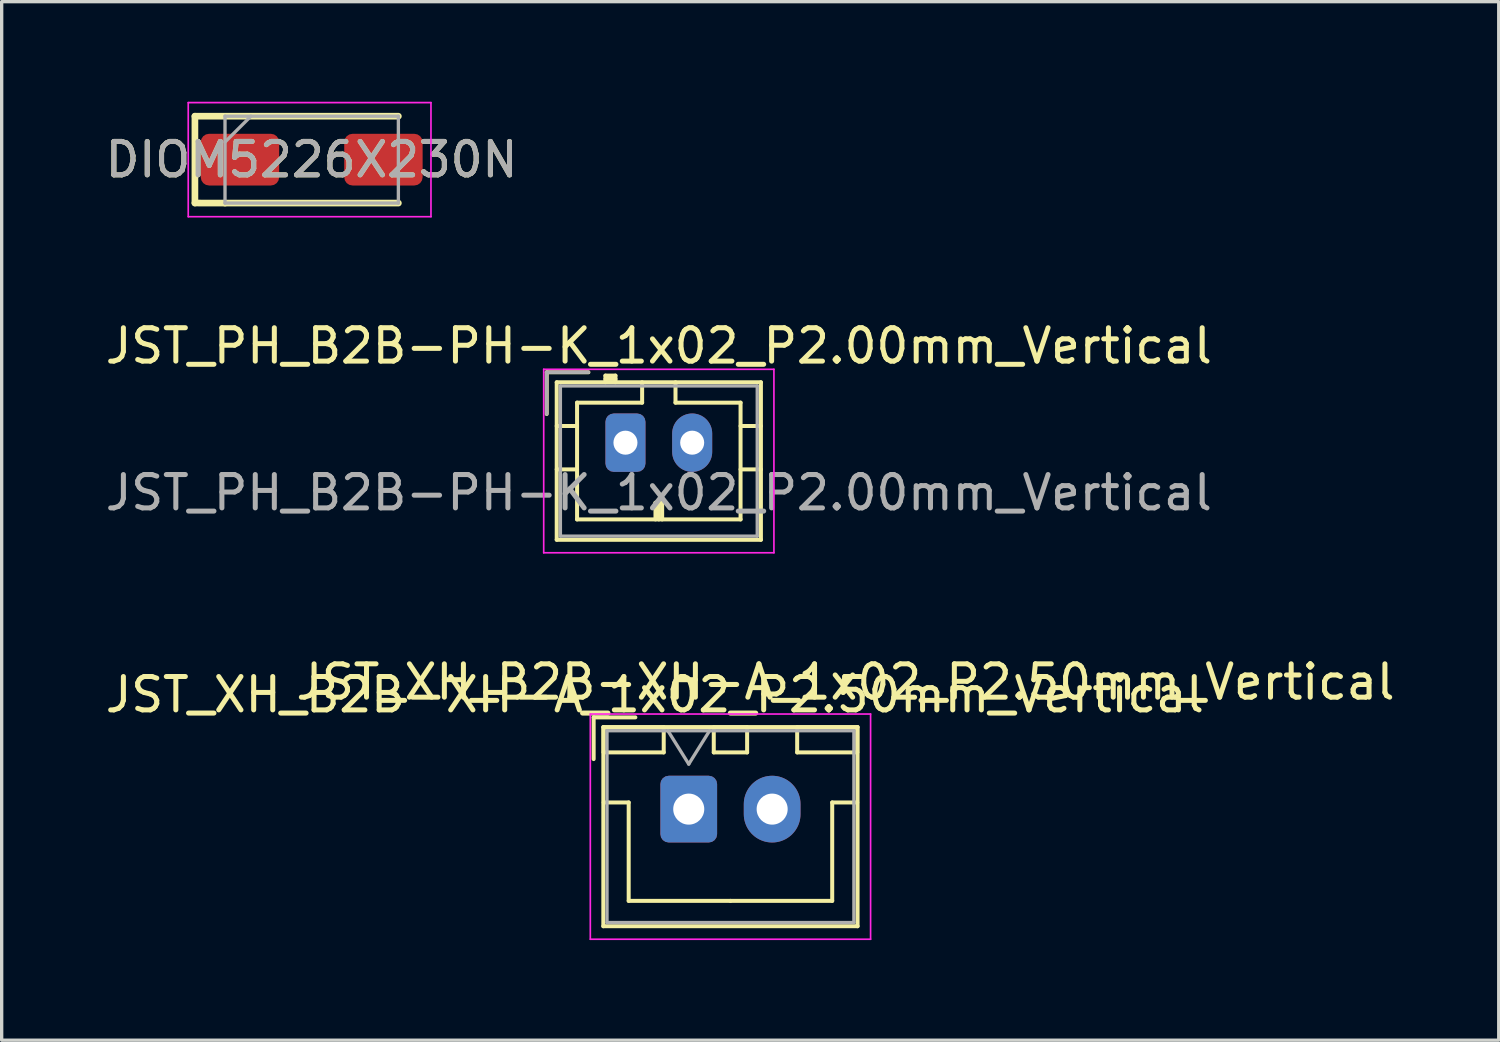
<source format=kicad_pcb>
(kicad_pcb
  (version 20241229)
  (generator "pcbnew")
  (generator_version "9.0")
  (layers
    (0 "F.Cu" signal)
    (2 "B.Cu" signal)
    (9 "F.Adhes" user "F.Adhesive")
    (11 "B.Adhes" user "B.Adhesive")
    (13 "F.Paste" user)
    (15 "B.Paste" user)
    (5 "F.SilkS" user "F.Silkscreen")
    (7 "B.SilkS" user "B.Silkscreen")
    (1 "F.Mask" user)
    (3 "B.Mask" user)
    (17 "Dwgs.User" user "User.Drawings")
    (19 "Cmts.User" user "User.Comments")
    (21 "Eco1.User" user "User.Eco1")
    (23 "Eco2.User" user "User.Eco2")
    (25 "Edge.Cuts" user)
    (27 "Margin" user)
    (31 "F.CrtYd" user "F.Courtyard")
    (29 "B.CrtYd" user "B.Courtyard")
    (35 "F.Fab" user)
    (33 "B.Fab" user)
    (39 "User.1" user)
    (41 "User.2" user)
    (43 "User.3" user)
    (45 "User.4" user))
  (footprint "DIOM5226X230N"
    (layer "F.Cu")
    (at 6.292 1.735)
    (property "Reference" "DIOM5226X230N" (at 0 0 0) (layer "F.SilkS") (effects (font (size 1 1) (thickness 0.15))))
    (attr smd)
    (fp_line (start -3.5 -1.302) (end -3.5 1.3) (stroke (width 0.2) (type default)) (layer "F.SilkS"))
    (fp_line (start -3.5 1.3) (end -2.598 1.302) (stroke (width 0.2) (type default)) (layer "F.SilkS"))
    (fp_line (start -2.598 1.302) (end 2.598 1.302) (stroke (width 0.2) (type solid)) (layer "F.SilkS"))
    (fp_line (start 2.598 -1.302) (end -3.5 -1.302) (stroke (width 0.2) (type solid)) (layer "F.SilkS"))
    (fp_line (start -3.7 -1.71) (end 3.575 -1.71) (stroke (width 0.05) (type solid)) (layer "F.CrtYd"))
    (fp_line (start -3.7 1.71) (end -3.7 -1.71) (stroke (width 0.05) (type solid)) (layer "F.CrtYd"))
    (fp_line (start 3.575 -1.71) (end 3.575 1.71) (stroke (width 0.05) (type solid)) (layer "F.CrtYd"))
    (fp_line (start 3.575 1.71) (end -3.7 1.71) (stroke (width 0.05) (type solid)) (layer "F.CrtYd"))
    (fp_line (start -2.598 -1.302) (end 2.598 -1.302) (stroke (width 0.1) (type solid)) (layer "F.Fab"))
    (fp_line (start -2.598 -0.528) (end -1.822 -1.302) (stroke (width 0.1) (type solid)) (layer "F.Fab"))
    (fp_line (start -2.598 1.302) (end -2.598 -1.302) (stroke (width 0.1) (type solid)) (layer "F.Fab"))
    (fp_line (start 2.598 -1.302) (end 2.598 1.302) (stroke (width 0.1) (type solid)) (layer "F.Fab"))
    (fp_line (start 2.598 1.302) (end -2.598 1.302) (stroke (width 0.1) (type solid)) (layer "F.Fab"))
    (fp_text user "${REFERENCE}" (at 0 0 0) (layer "F.Fab") (effects (font (size 1 1) (thickness 0.15))))
    (pad "1" smd roundrect (at -2.15 0 90) (size 1.55 2.35) (layers "F.Cu" "F.Mask" "F.Paste") (roundrect_rratio 0.161))
    (pad "2" smd roundrect (at 2.15 0 90) (size 1.55 2.35) (layers "F.Cu" "F.Mask" "F.Paste") (roundrect_rratio 0.161)))
  (footprint "JST_XH_B2B-XH-A_1x02_P2.50mm_Vertical"
    (layer "F.Cu")
    (at 17.593 21.201)
    (property "Reference" "JST_XH_B2B-XH-A_1x02_P2.50mm_Vertical" (at -1.016 -3.429 0) (layer "F.SilkS") (effects (font (size 1 1) (thickness 0.15))))
    (property "Value" "JST_XH_B2B-XH-A_1x02_P2.50mm_Vertical" (at 1.25 4.6 0) (layer "F.Fab") (hide yes) (effects (font (size 1 1) (thickness 0.15))))
    (attr through_hole)
    (fp_line (start -2.85 -2.75) (end -2.85 -1.5) (stroke (width 0.12) (type solid)) (layer "F.SilkS"))
    (fp_line (start -2.56 -2.46) (end -2.56 3.51) (stroke (width 0.12) (type solid)) (layer "F.SilkS"))
    (fp_line (start -2.56 3.51) (end 5.06 3.51) (stroke (width 0.12) (type solid)) (layer "F.SilkS"))
    (fp_line (start -2.55 -2.45) (end -2.55 -1.7) (stroke (width 0.12) (type solid)) (layer "F.SilkS"))
    (fp_line (start -2.55 -1.7) (end -0.75 -1.7) (stroke (width 0.12) (type solid)) (layer "F.SilkS"))
    (fp_line (start -2.55 -0.2) (end -1.8 -0.2) (stroke (width 0.12) (type solid)) (layer "F.SilkS"))
    (fp_line (start -1.8 -0.2) (end -1.8 2.75) (stroke (width 0.12) (type solid)) (layer "F.SilkS"))
    (fp_line (start -1.8 2.75) (end 1.25 2.75) (stroke (width 0.12) (type solid)) (layer "F.SilkS"))
    (fp_line (start -1.6 -2.75) (end -2.85 -2.75) (stroke (width 0.12) (type solid)) (layer "F.SilkS"))
    (fp_line (start -0.75 -2.45) (end -2.55 -2.45) (stroke (width 0.12) (type solid)) (layer "F.SilkS"))
    (fp_line (start -0.75 -1.7) (end -0.75 -2.45) (stroke (width 0.12) (type solid)) (layer "F.SilkS"))
    (fp_line (start 0.75 -2.45) (end 0.75 -1.7) (stroke (width 0.12) (type solid)) (layer "F.SilkS"))
    (fp_line (start 0.75 -1.7) (end 1.75 -1.7) (stroke (width 0.12) (type solid)) (layer "F.SilkS"))
    (fp_line (start 1.75 -2.45) (end 0.75 -2.45) (stroke (width 0.12) (type solid)) (layer "F.SilkS"))
    (fp_line (start 1.75 -1.7) (end 1.75 -2.45) (stroke (width 0.12) (type solid)) (layer "F.SilkS"))
    (fp_line (start 3.25 -2.45) (end 3.25 -1.7) (stroke (width 0.12) (type solid)) (layer "F.SilkS"))
    (fp_line (start 3.25 -1.7) (end 5.05 -1.7) (stroke (width 0.12) (type solid)) (layer "F.SilkS"))
    (fp_line (start 4.3 -0.2) (end 4.3 2.75) (stroke (width 0.12) (type solid)) (layer "F.SilkS"))
    (fp_line (start 4.3 2.75) (end 1.25 2.75) (stroke (width 0.12) (type solid)) (layer "F.SilkS"))
    (fp_line (start 5.05 -2.45) (end 3.25 -2.45) (stroke (width 0.12) (type solid)) (layer "F.SilkS"))
    (fp_line (start 5.05 -1.7) (end 5.05 -2.45) (stroke (width 0.12) (type solid)) (layer "F.SilkS"))
    (fp_line (start 5.05 -0.2) (end 4.3 -0.2) (stroke (width 0.12) (type solid)) (layer "F.SilkS"))
    (fp_line (start 5.06 -2.46) (end -2.56 -2.46) (stroke (width 0.12) (type solid)) (layer "F.SilkS"))
    (fp_line (start 5.06 3.51) (end 5.06 -2.46) (stroke (width 0.12) (type solid)) (layer "F.SilkS"))
    (fp_line (start -2.95 -2.85) (end -2.95 3.9) (stroke (width 0.05) (type solid)) (layer "F.CrtYd"))
    (fp_line (start -2.95 3.9) (end 5.45 3.9) (stroke (width 0.05) (type solid)) (layer "F.CrtYd"))
    (fp_line (start 5.45 -2.85) (end -2.95 -2.85) (stroke (width 0.05) (type solid)) (layer "F.CrtYd"))
    (fp_line (start 5.45 3.9) (end 5.45 -2.85) (stroke (width 0.05) (type solid)) (layer "F.CrtYd"))
    (fp_line (start -2.45 -2.35) (end -2.45 3.4) (stroke (width 0.1) (type solid)) (layer "F.Fab"))
    (fp_line (start -2.45 3.4) (end 4.95 3.4) (stroke (width 0.1) (type solid)) (layer "F.Fab"))
    (fp_line (start -0.625 -2.35) (end 0 -1.35) (stroke (width 0.1) (type solid)) (layer "F.Fab"))
    (fp_line (start 0 -1.35) (end 0.625 -2.35) (stroke (width 0.1) (type solid)) (layer "F.Fab"))
    (fp_line (start 4.95 -2.35) (end -2.45 -2.35) (stroke (width 0.1) (type solid)) (layer "F.Fab"))
    (fp_line (start 4.95 3.4) (end 4.95 -2.35) (stroke (width 0.1) (type solid)) (layer "F.Fab"))
    (fp_text user "${VALUE}" (at 4.699 -3.81 0) (layer "F.SilkS") (effects (font (size 1 1) (thickness 0.15))))
    (pad "1" thru_hole oval (at 2.5 0) (size 1.7 2) (drill 0.93) (layers "*.Cu" "*.Mask"))
    (pad "2" thru_hole roundrect (at 0 0) (size 1.7 2) (drill 0.93) (layers "*.Cu" "*.Mask") (roundrect_rratio 0.147)))
  (footprint "JST_PH_B2B-PH-K_1x02_P2.00mm_Vertical"
    (layer "F.Cu")
    (at 15.696 10.218)
    (property "Reference" "JST_PH_B2B-PH-K_1x02_P2.00mm_Vertical" (at 1 -2.9 0) (layer "F.SilkS") (effects (font (size 1 1) (thickness 0.15))))
    (attr through_hole)
    (fp_line (start -2.36 -2.11) (end -2.36 -0.86) (stroke (width 0.12) (type solid)) (layer "F.SilkS"))
    (fp_line (start -2.06 -1.81) (end -2.06 2.91) (stroke (width 0.12) (type solid)) (layer "F.SilkS"))
    (fp_line (start -2.06 -0.5) (end -1.45 -0.5) (stroke (width 0.12) (type solid)) (layer "F.SilkS"))
    (fp_line (start -2.06 0.8) (end -1.45 0.8) (stroke (width 0.12) (type solid)) (layer "F.SilkS"))
    (fp_line (start -2.06 2.91) (end 4.06 2.91) (stroke (width 0.12) (type solid)) (layer "F.SilkS"))
    (fp_line (start -1.45 -1.2) (end -1.45 2.3) (stroke (width 0.12) (type solid)) (layer "F.SilkS"))
    (fp_line (start -1.45 2.3) (end 3.45 2.3) (stroke (width 0.12) (type solid)) (layer "F.SilkS"))
    (fp_line (start -1.11 -2.11) (end -2.36 -2.11) (stroke (width 0.12) (type solid)) (layer "F.SilkS"))
    (fp_line (start -0.6 -2.01) (end -0.6 -1.81) (stroke (width 0.12) (type solid)) (layer "F.SilkS"))
    (fp_line (start -0.3 -2.01) (end -0.6 -2.01) (stroke (width 0.12) (type solid)) (layer "F.SilkS"))
    (fp_line (start -0.3 -1.91) (end -0.6 -1.91) (stroke (width 0.12) (type solid)) (layer "F.SilkS"))
    (fp_line (start -0.3 -1.81) (end -0.3 -2.01) (stroke (width 0.12) (type solid)) (layer "F.SilkS"))
    (fp_line (start 0.5 -1.81) (end 0.5 -1.2) (stroke (width 0.12) (type solid)) (layer "F.SilkS"))
    (fp_line (start 0.5 -1.2) (end -1.45 -1.2) (stroke (width 0.12) (type solid)) (layer "F.SilkS"))
    (fp_line (start 0.9 1.8) (end 1.1 1.8) (stroke (width 0.12) (type solid)) (layer "F.SilkS"))
    (fp_line (start 0.9 2.3) (end 0.9 1.8) (stroke (width 0.12) (type solid)) (layer "F.SilkS"))
    (fp_line (start 1 2.3) (end 1 1.8) (stroke (width 0.12) (type solid)) (layer "F.SilkS"))
    (fp_line (start 1.1 1.8) (end 1.1 2.3) (stroke (width 0.12) (type solid)) (layer "F.SilkS"))
    (fp_line (start 1.5 -1.2) (end 1.5 -1.81) (stroke (width 0.12) (type solid)) (layer "F.SilkS"))
    (fp_line (start 3.45 -1.2) (end 1.5 -1.2) (stroke (width 0.12) (type solid)) (layer "F.SilkS"))
    (fp_line (start 3.45 2.3) (end 3.45 -1.2) (stroke (width 0.12) (type solid)) (layer "F.SilkS"))
    (fp_line (start 4.06 -1.81) (end -2.06 -1.81) (stroke (width 0.12) (type solid)) (layer "F.SilkS"))
    (fp_line (start 4.06 -0.5) (end 3.45 -0.5) (stroke (width 0.12) (type solid)) (layer "F.SilkS"))
    (fp_line (start 4.06 0.8) (end 3.45 0.8) (stroke (width 0.12) (type solid)) (layer "F.SilkS"))
    (fp_line (start 4.06 2.91) (end 4.06 -1.81) (stroke (width 0.12) (type solid)) (layer "F.SilkS"))
    (fp_line (start -2.45 -2.2) (end -2.45 3.3) (stroke (width 0.05) (type solid)) (layer "F.CrtYd"))
    (fp_line (start -2.45 3.3) (end 4.45 3.3) (stroke (width 0.05) (type solid)) (layer "F.CrtYd"))
    (fp_line (start 4.45 -2.2) (end -2.45 -2.2) (stroke (width 0.05) (type solid)) (layer "F.CrtYd"))
    (fp_line (start 4.45 3.3) (end 4.45 -2.2) (stroke (width 0.05) (type solid)) (layer "F.CrtYd"))
    (fp_line (start -2.36 -2.11) (end -2.36 -0.86) (stroke (width 0.1) (type solid)) (layer "F.Fab"))
    (fp_line (start -1.95 -1.7) (end -1.95 2.8) (stroke (width 0.1) (type solid)) (layer "F.Fab"))
    (fp_line (start -1.95 2.8) (end 3.95 2.8) (stroke (width 0.1) (type solid)) (layer "F.Fab"))
    (fp_line (start -1.11 -2.11) (end -2.36 -2.11) (stroke (width 0.1) (type solid)) (layer "F.Fab"))
    (fp_line (start 3.95 -1.7) (end -1.95 -1.7) (stroke (width 0.1) (type solid)) (layer "F.Fab"))
    (fp_line (start 3.95 2.8) (end 3.95 -1.7) (stroke (width 0.1) (type solid)) (layer "F.Fab"))
    (fp_text user "${REFERENCE}" (at 1 1.5 0) (layer "F.Fab") (effects (font (size 1 1) (thickness 0.15))))
    (pad "1" thru_hole roundrect (at 0 0) (size 1.2 1.75) (drill 0.72) (layers "*.Cu" "*.Mask") (roundrect_rratio 0.208))
    (pad "2" thru_hole oval (at 2 0) (size 1.2 1.75) (drill 0.72) (layers "*.Cu" "*.Mask")))
  (gr_rect
    (start -3 -3)
    (end 41.87 28.127)
    (stroke (width 0.1) (type default))
    (fill no)
    (layer "Edge.Cuts")))
</source>
